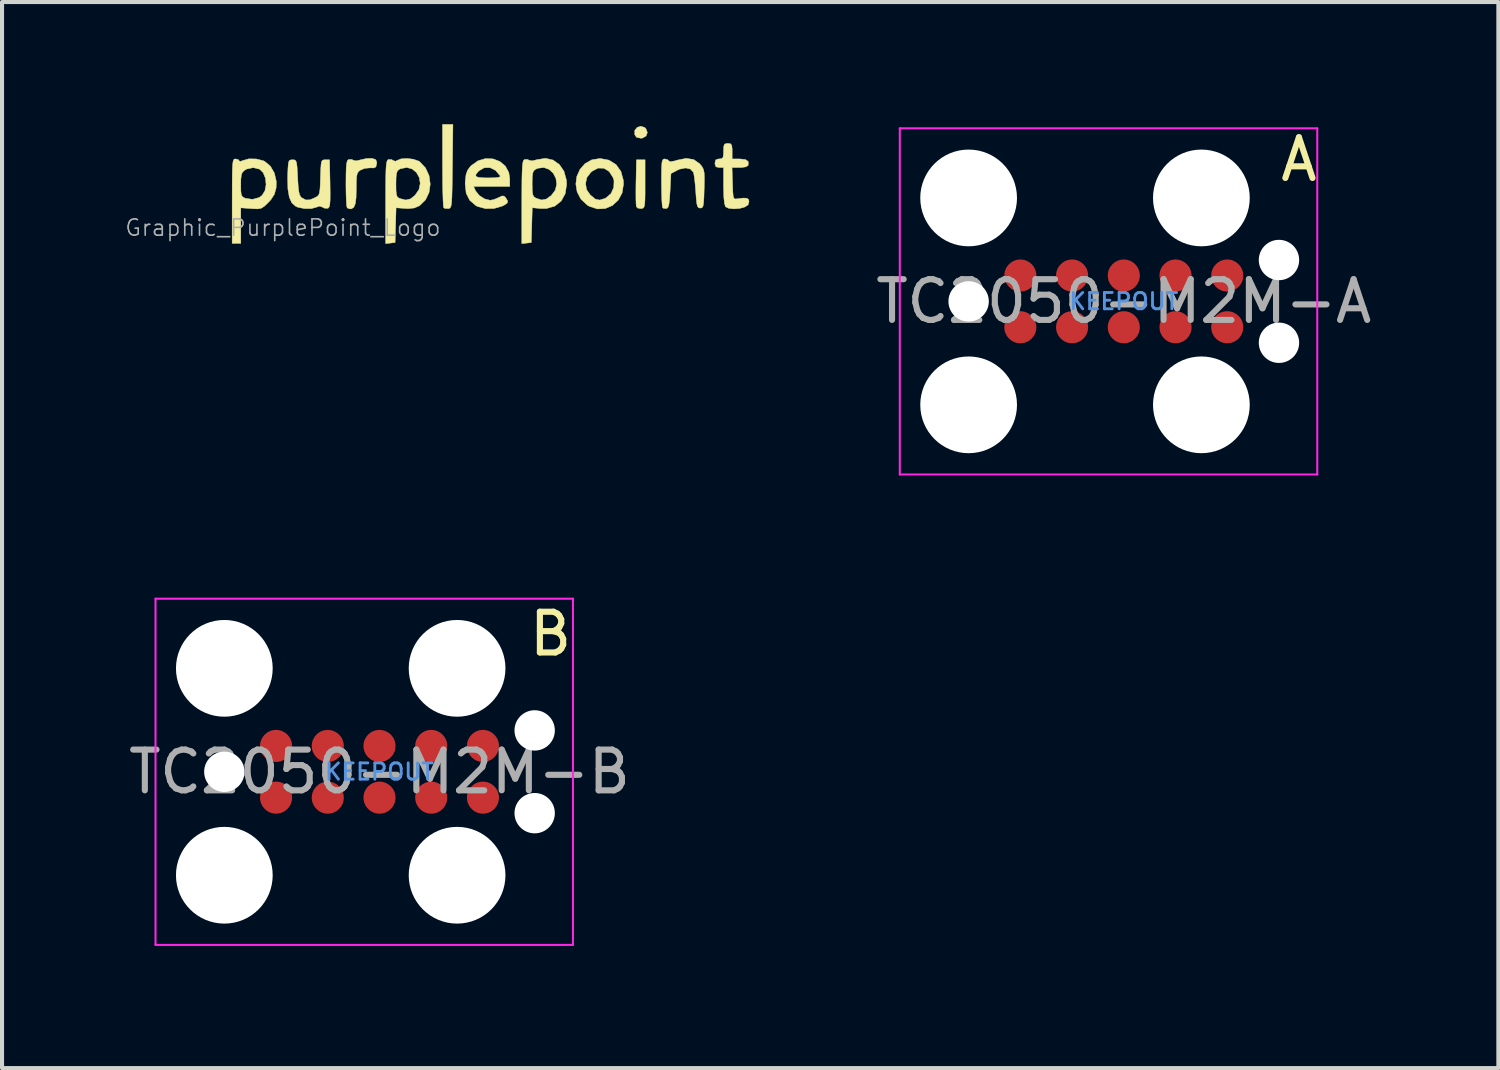
<source format=kicad_pcb>
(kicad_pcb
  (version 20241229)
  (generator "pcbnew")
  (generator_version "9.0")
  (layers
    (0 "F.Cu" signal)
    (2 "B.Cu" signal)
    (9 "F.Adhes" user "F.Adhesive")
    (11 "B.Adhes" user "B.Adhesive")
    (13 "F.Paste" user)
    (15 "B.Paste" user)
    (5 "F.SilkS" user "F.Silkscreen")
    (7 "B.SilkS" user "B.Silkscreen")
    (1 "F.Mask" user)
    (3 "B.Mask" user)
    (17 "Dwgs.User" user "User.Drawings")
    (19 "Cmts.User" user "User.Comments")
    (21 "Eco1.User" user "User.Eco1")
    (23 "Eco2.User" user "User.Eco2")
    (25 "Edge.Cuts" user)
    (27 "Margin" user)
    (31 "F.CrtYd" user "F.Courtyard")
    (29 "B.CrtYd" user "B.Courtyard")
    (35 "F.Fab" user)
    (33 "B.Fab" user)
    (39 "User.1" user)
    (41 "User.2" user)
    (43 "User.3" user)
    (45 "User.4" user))
  (footprint "TC2050-M2M-B"
    (layer "F.Cu")
    (at 6.268 15.9)
    (property "Reference" "TC2050-M2M-B" (at 0 0 0) (layer "F.Fab") (effects (font (size 1 1) (thickness 0.15))))
    (attr exclude_from_pos_files exclude_from_bom)
    (fp_line (start -5.5 -4.25) (end 4.75 -4.25) (stroke (width 0.05) (type solid)) (layer "F.CrtYd"))
    (fp_line (start -5.5 4.25) (end -5.5 -4.25) (stroke (width 0.05) (type solid)) (layer "F.CrtYd"))
    (fp_line (start 4.75 -4.25) (end 4.75 4.25) (stroke (width 0.05) (type solid)) (layer "F.CrtYd"))
    (fp_line (start 4.75 4.25) (end -5.5 4.25) (stroke (width 0.05) (type solid)) (layer "F.CrtYd"))
    (fp_text user "B" (at 4.2 -2.8 0) (unlocked yes) (layer "F.SilkS") (effects (font (size 1 1) (thickness 0.15)) (justify bottom)))
    (fp_text user "KEEPOUT" (at 0 0 0) (layer "Cmts.User") (effects (font (size 0.4 0.4) (thickness 0.07))))
    (pad "" np_thru_hole circle (at -3.81 -2.54) (size 2.375 2.375) (drill 2.375) (layers "*.Cu" "*.Mask"))
    (pad "" np_thru_hole circle (at -3.81 0) (size 0.991 0.991) (drill 0.991) (layers "*.Cu" "*.Mask"))
    (pad "" np_thru_hole circle (at -3.81 2.54) (size 2.375 2.375) (drill 2.375) (layers "*.Cu" "*.Mask"))
    (pad "" np_thru_hole circle (at 1.905 -2.54 90) (size 2.375 2.375) (drill 2.375) (layers "*.Cu" "*.Mask"))
    (pad "" np_thru_hole circle (at 1.905 2.54) (size 2.375 2.375) (drill 2.375) (layers "*.Cu" "*.Mask"))
    (pad "" np_thru_hole circle (at 3.81 -1.016) (size 0.991 0.991) (drill 0.991) (layers "*.Cu" "*.Mask"))
    (pad "" np_thru_hole circle (at 3.81 1.016) (size 0.991 0.991) (drill 0.991) (layers "*.Cu" "*.Mask"))
    (pad "1" connect circle (at -2.54 0.635) (size 0.787 0.787) (layers "F.Cu" "F.Mask"))
    (pad "2" connect circle (at -1.27 0.635) (size 0.787 0.787) (layers "F.Cu" "F.Mask"))
    (pad "3" connect circle (at 0 0.635) (size 0.787 0.787) (layers "F.Cu" "F.Mask"))
    (pad "4" connect circle (at 1.27 0.635) (size 0.787 0.787) (layers "F.Cu" "F.Mask"))
    (pad "5" connect circle (at 2.54 0.635) (size 0.787 0.787) (layers "F.Cu" "F.Mask"))
    (pad "6" connect circle (at 2.54 -0.635) (size 0.787 0.787) (layers "F.Cu" "F.Mask"))
    (pad "7" connect circle (at 1.27 -0.635) (size 0.787 0.787) (layers "F.Cu" "F.Mask"))
    (pad "8" connect circle (at 0 -0.635) (size 0.787 0.787) (layers "F.Cu" "F.Mask"))
    (pad "9" connect circle (at -1.27 -0.635) (size 0.787 0.787) (layers "F.Cu" "F.Mask"))
    (pad "10" connect circle (at -2.54 -0.635) (size 0.787 0.787) (layers "F.Cu" "F.Mask"))
    (zone (net_name "") (layer "F.Cu") (hatch full 0.508) (connect_pads) (min_thickness 0.254) (filled_areas_thickness no) (keepout (tracks allowed) (vias allowed) (pads allowed) (copperpour not_allowed) (footprints not_allowed)) (placement (enabled no)) (fill) (polygon (pts (xy 3.728 16.535) (xy 8.808 16.535) (xy 8.808 15.265) (xy 3.728 15.265))))
    (zone (net_name "") (layer "F.Cu") (hatch edge 0.508) (connect_pads) (min_thickness 0.254) (filled_areas_thickness no) (keepout (tracks allowed) (vias allowed) (pads allowed) (copperpour not_allowed) (footprints allowed)) (placement (enabled no)) (fill (island_removal_mode 2) (island_area_min 10)) (polygon (pts (xy 9.512 12.505) (xy 10.662 14.355) (xy 10.862 14.985) (xy 10.862 16.815) (xy 10.662 17.575) (xy 9.522 19.305) (xy 8.172 20.035) (xy 2.442 20.035) (xy 0.862 18.455) (xy 0.862 13.355) (xy 2.432 11.775) (xy 8.182 11.775)))))
  (footprint "TC2050-M2M-A"
    (layer "F.Cu")
    (at 24.543 4.35)
    (property "Reference" "TC2050-M2M-A" (at 0 0 0) (layer "F.Fab") (effects (font (size 1 1) (thickness 0.15))))
    (attr exclude_from_pos_files exclude_from_bom)
    (fp_line (start -5.5 -4.25) (end 4.75 -4.25) (stroke (width 0.05) (type solid)) (layer "F.CrtYd"))
    (fp_line (start -5.5 4.25) (end -5.5 -4.25) (stroke (width 0.05) (type solid)) (layer "F.CrtYd"))
    (fp_line (start 4.75 -4.25) (end 4.75 4.25) (stroke (width 0.05) (type solid)) (layer "F.CrtYd"))
    (fp_line (start 4.75 4.25) (end -5.5 4.25) (stroke (width 0.05) (type solid)) (layer "F.CrtYd"))
    (fp_text user "A" (at 4.3 -2.9 0) (unlocked yes) (layer "F.SilkS") (effects (font (size 1 1) (thickness 0.15)) (justify bottom)))
    (fp_text user "KEEPOUT" (at 0 0 0) (layer "Cmts.User") (effects (font (size 0.4 0.4) (thickness 0.07))))
    (pad "" np_thru_hole circle (at -3.81 -2.54) (size 2.375 2.375) (drill 2.375) (layers "*.Cu" "*.Mask"))
    (pad "" np_thru_hole circle (at -3.81 0) (size 0.991 0.991) (drill 0.991) (layers "*.Cu" "*.Mask"))
    (pad "" np_thru_hole circle (at -3.81 2.54) (size 2.375 2.375) (drill 2.375) (layers "*.Cu" "*.Mask"))
    (pad "" np_thru_hole circle (at 1.905 -2.54) (size 2.375 2.375) (drill 2.375) (layers "*.Cu" "*.Mask"))
    (pad "" np_thru_hole circle (at 1.905 2.54) (size 2.375 2.375) (drill 2.375) (layers "*.Cu" "*.Mask"))
    (pad "" np_thru_hole circle (at 3.81 -1.016) (size 0.991 0.991) (drill 0.991) (layers "*.Cu" "*.Mask"))
    (pad "" np_thru_hole circle (at 3.81 1.016) (size 0.991 0.991) (drill 0.991) (layers "*.Cu" "*.Mask"))
    (pad "1" connect circle (at -2.54 0.635) (size 0.787 0.787) (layers "F.Cu" "F.Mask"))
    (pad "2" connect circle (at -1.27 0.635) (size 0.787 0.787) (layers "F.Cu" "F.Mask"))
    (pad "3" connect circle (at 0 0.635) (size 0.787 0.787) (layers "F.Cu" "F.Mask"))
    (pad "4" connect circle (at 1.27 0.635) (size 0.787 0.787) (layers "F.Cu" "F.Mask"))
    (pad "5" connect circle (at 2.54 0.635) (size 0.787 0.787) (layers "F.Cu" "F.Mask"))
    (pad "6" connect circle (at 2.54 -0.635) (size 0.787 0.787) (layers "F.Cu" "F.Mask"))
    (pad "7" connect circle (at 1.27 -0.635) (size 0.787 0.787) (layers "F.Cu" "F.Mask"))
    (pad "8" connect circle (at 0 -0.635) (size 0.787 0.787) (layers "F.Cu" "F.Mask"))
    (pad "9" connect circle (at -1.27 -0.635) (size 0.787 0.787) (layers "F.Cu" "F.Mask"))
    (pad "10" connect circle (at -2.54 -0.635) (size 0.787 0.787) (layers "F.Cu" "F.Mask"))
    (zone (net_name "") (layer "F.Cu") (hatch full 0.508) (connect_pads) (min_thickness 0.254) (filled_areas_thickness no) (keepout (tracks allowed) (vias allowed) (pads allowed) (copperpour not_allowed) (footprints not_allowed)) (placement (enabled no)) (fill) (polygon (pts (xy 22.003 4.985) (xy 27.083 4.985) (xy 27.083 3.715) (xy 22.003 3.715))))
    (zone (net_name "") (layer "F.Cu") (hatch edge 0.508) (connect_pads) (min_thickness 0.254) (filled_areas_thickness no) (keepout (tracks allowed) (vias allowed) (pads allowed) (copperpour not_allowed) (footprints allowed)) (placement (enabled no)) (fill (island_removal_mode 2) (island_area_min 10)) (polygon (pts (xy 27.793 0.95) (xy 28.943 2.8) (xy 29.143 3.43) (xy 29.143 5.26) (xy 28.943 6.02) (xy 27.803 7.75) (xy 26.453 8.48) (xy 20.723 8.48) (xy 19.143 6.9) (xy 19.143 1.8) (xy 20.713 0.22) (xy 26.463 0.22)))))
  (footprint "Graphic_PurplePoint_Logo"
    (layer "F.Cu")
    (at 8.196 1.741)
    (property "Reference" "Graphic_PurplePoint_Logo" (at -4.3 0.8 0) (layer "F.Fab") (effects (font (size 0.4 0.4) (thickness 0.04))))
    (attr board_only exclude_from_pos_files exclude_from_bom)
    (fp_poly (pts (xy 4.58 -1.663) (xy 4.613 -1.632) (xy 4.649 -1.537) (xy 4.616 -1.451) (xy 4.529 -1.401) (xy 4.487 -1.397) (xy 4.382 -1.421) (xy 4.339 -1.484) (xy 4.339 -1.588) (xy 4.397 -1.662) (xy 4.486 -1.691) (xy 4.58 -1.663)) (stroke (width 0.01) (type solid)) (fill yes) (layer "F.SilkS"))
    (fp_poly (pts (xy 4.593 -0.275) (xy 4.593 -0.041) (xy 4.59 0.122) (xy 4.583 0.227) (xy 4.569 0.288) (xy 4.546 0.317) (xy 4.513 0.329) (xy 4.498 0.331) (xy 4.414 0.319) (xy 4.38 0.286) (xy 4.372 0.224) (xy 4.368 0.095) (xy 4.367 -0.083) (xy 4.369 -0.291) (xy 4.37 -0.32) (xy 4.381 -0.868) (xy 4.593 -0.868) (xy 4.593 -0.275)) (stroke (width 0.01) (type solid)) (fill yes) (layer "F.SilkS"))
    (fp_poly (pts (xy -0.137 -0.709) (xy -0.141 -0.388) (xy -0.145 -0.142) (xy -0.15 0.039) (xy -0.157 0.166) (xy -0.167 0.248) (xy -0.182 0.296) (xy -0.201 0.32) (xy -0.226 0.329) (xy -0.235 0.33) (xy -0.319 0.327) (xy -0.351 0.312) (xy -0.359 0.263) (xy -0.367 0.141) (xy -0.373 -0.041) (xy -0.378 -0.271) (xy -0.38 -0.538) (xy -0.381 -0.727) (xy -0.381 -1.736) (xy -0.125 -1.736) (xy -0.137 -0.709)) (stroke (width 0.01) (type solid)) (fill yes) (layer "F.SilkS"))
    (fp_poly (pts (xy -2.104 -0.901) (xy -2.019 -0.871) (xy -1.995 -0.808) (xy -1.998 -0.767) (xy -2.017 -0.692) (xy -2.07 -0.667) (xy -2.151 -0.67) (xy -2.288 -0.658) (xy -2.395 -0.616) (xy -2.443 -0.579) (xy -2.473 -0.531) (xy -2.49 -0.455) (xy -2.496 -0.33) (xy -2.498 -0.156) (xy -2.503 0.065) (xy -2.523 0.213) (xy -2.56 0.3) (xy -2.618 0.336) (xy -2.647 0.339) (xy -2.716 0.317) (xy -2.723 0.31) (xy -2.734 0.26) (xy -2.743 0.141) (xy -2.749 -0.029) (xy -2.752 -0.234) (xy -2.752 -0.284) (xy -2.75 -0.518) (xy -2.745 -0.681) (xy -2.734 -0.785) (xy -2.717 -0.845) (xy -2.691 -0.872) (xy -2.685 -0.875) (xy -2.605 -0.875) (xy -2.577 -0.858) (xy -2.5 -0.841) (xy -2.379 -0.87) (xy -2.243 -0.9) (xy -2.117 -0.903) (xy -2.104 -0.901)) (stroke (width 0.01) (type solid)) (fill yes) (layer "F.SilkS"))
    (fp_poly (pts (xy 3.706 -0.859) (xy 3.879 -0.751) (xy 3.999 -0.584) (xy 4.059 -0.367) (xy 4.064 -0.272) (xy 4.029 -0.054) (xy 3.933 0.124) (xy 3.79 0.255) (xy 3.616 0.329) (xy 3.424 0.339) (xy 3.228 0.277) (xy 3.171 0.243) (xy 3.015 0.096) (xy 2.924 -0.08) (xy 2.893 -0.27) (xy 2.893 -0.275) (xy 3.133 -0.275) (xy 3.157 -0.134) (xy 3.243 -0.01) (xy 3.256 0.003) (xy 3.371 0.097) (xy 3.477 0.121) (xy 3.604 0.082) (xy 3.639 0.064) (xy 3.757 -0.04) (xy 3.824 -0.19) (xy 3.83 -0.354) (xy 3.808 -0.428) (xy 3.711 -0.58) (xy 3.583 -0.66) (xy 3.44 -0.664) (xy 3.294 -0.588) (xy 3.256 -0.554) (xy 3.163 -0.43) (xy 3.133 -0.292) (xy 3.133 -0.275) (xy 2.893 -0.275) (xy 2.917 -0.459) (xy 2.994 -0.631) (xy 3.117 -0.773) (xy 3.284 -0.867) (xy 3.489 -0.9) (xy 3.706 -0.859)) (stroke (width 0.01) (type solid)) (fill yes) (layer "F.SilkS"))
    (fp_poly (pts (xy 2.334 -0.861) (xy 2.488 -0.752) (xy 2.601 -0.587) (xy 2.66 -0.375) (xy 2.667 -0.267) (xy 2.632 -0.036) (xy 2.533 0.145) (xy 2.378 0.269) (xy 2.176 0.328) (xy 2.026 0.329) (xy 1.823 0.309) (xy 1.799 1.164) (xy 1.683 1.178) (xy 1.566 1.191) (xy 1.566 0.171) (xy 1.567 -0.153) (xy 1.568 -0.28) (xy 1.82 -0.28) (xy 1.823 -0.118) (xy 1.834 -0.019) (xy 1.86 0.037) (xy 1.906 0.07) (xy 1.916 0.075) (xy 2.05 0.119) (xy 2.165 0.098) (xy 2.29 0.009) (xy 2.388 -0.122) (xy 2.423 -0.268) (xy 2.403 -0.412) (xy 2.338 -0.538) (xy 2.236 -0.632) (xy 2.107 -0.678) (xy 1.96 -0.66) (xy 1.907 -0.636) (xy 1.861 -0.601) (xy 1.835 -0.542) (xy 1.823 -0.44) (xy 1.82 -0.28) (xy 1.568 -0.28) (xy 1.569 -0.403) (xy 1.574 -0.587) (xy 1.581 -0.716) (xy 1.592 -0.8) (xy 1.606 -0.849) (xy 1.626 -0.871) (xy 1.633 -0.875) (xy 1.713 -0.875) (xy 1.741 -0.858) (xy 1.817 -0.841) (xy 1.946 -0.872) (xy 2.15 -0.904) (xy 2.334 -0.861)) (stroke (width 0.01) (type solid)) (fill yes) (layer "F.SilkS"))
    (fp_poly (pts (xy 6.69 -1.262) (xy 6.721 -1.223) (xy 6.731 -1.131) (xy 6.731 -1.079) (xy 6.731 -0.889) (xy 6.917 -0.889) (xy 7.059 -0.873) (xy 7.127 -0.823) (xy 7.125 -0.734) (xy 7.123 -0.73) (xy 7.071 -0.695) (xy 6.956 -0.678) (xy 6.916 -0.677) (xy 6.728 -0.677) (xy 6.74 -0.286) (xy 6.746 -0.103) (xy 6.755 0.011) (xy 6.771 0.072) (xy 6.799 0.094) (xy 6.843 0.092) (xy 6.858 0.09) (xy 7.007 0.072) (xy 7.092 0.076) (xy 7.132 0.105) (xy 7.146 0.151) (xy 7.123 0.237) (xy 7.048 0.289) (xy 6.92 0.326) (xy 6.774 0.337) (xy 6.645 0.323) (xy 6.57 0.288) (xy 6.544 0.215) (xy 6.527 0.062) (xy 6.52 -0.169) (xy 6.519 -0.22) (xy 6.519 -0.677) (xy 6.413 -0.677) (xy 6.333 -0.695) (xy 6.308 -0.764) (xy 6.308 -0.783) (xy 6.325 -0.864) (xy 6.394 -0.889) (xy 6.413 -0.889) (xy 6.479 -0.897) (xy 6.51 -0.936) (xy 6.519 -1.028) (xy 6.519 -1.079) (xy 6.524 -1.197) (xy 6.545 -1.253) (xy 6.597 -1.269) (xy 6.625 -1.27) (xy 6.69 -1.262)) (stroke (width 0.01) (type solid)) (fill yes) (layer "F.SilkS"))
    (fp_poly (pts (xy 0.859 -0.89) (xy 1.026 -0.827) (xy 1.161 -0.714) (xy 1.247 -0.556) (xy 1.27 -0.401) (xy 1.27 -0.212) (xy 0.383 -0.212) (xy 0.432 -0.103) (xy 0.521 0.008) (xy 0.654 0.093) (xy 0.792 0.127) (xy 0.882 0.108) (xy 0.992 0.062) (xy 0.994 0.061) (xy 1.083 0.02) (xy 1.134 0.025) (xy 1.174 0.069) (xy 1.219 0.144) (xy 1.208 0.196) (xy 1.133 0.246) (xy 1.084 0.27) (xy 0.886 0.328) (xy 0.673 0.331) (xy 0.482 0.28) (xy 0.436 0.256) (xy 0.286 0.126) (xy 0.2 -0.047) (xy 0.175 -0.272) (xy 0.178 -0.347) (xy 0.192 -0.466) (xy 0.436 -0.466) (xy 0.494 -0.437) (xy 0.624 -0.425) (xy 0.743 -0.423) (xy 0.911 -0.427) (xy 1.005 -0.438) (xy 1.037 -0.46) (xy 1.033 -0.476) (xy 0.921 -0.608) (xy 0.784 -0.675) (xy 0.641 -0.672) (xy 0.511 -0.595) (xy 0.508 -0.593) (xy 0.443 -0.516) (xy 0.436 -0.466) (xy 0.192 -0.466) (xy 0.197 -0.505) (xy 0.235 -0.613) (xy 0.304 -0.704) (xy 0.324 -0.725) (xy 0.492 -0.844) (xy 0.676 -0.898) (xy 0.859 -0.89)) (stroke (width 0.01) (type solid)) (fill yes) (layer "F.SilkS"))
    (fp_poly (pts (xy -3.142 -0.285) (xy -3.139 -0.047) (xy -3.14 0.119) (xy -3.148 0.227) (xy -3.163 0.289) (xy -3.186 0.318) (xy -3.196 0.323) (xy -3.281 0.32) (xy -3.321 0.298) (xy -3.399 0.27) (xy -3.466 0.293) (xy -3.601 0.331) (xy -3.77 0.331) (xy -3.932 0.298) (xy -3.988 0.273) (xy -4.081 0.19) (xy -4.143 0.052) (xy -4.177 -0.148) (xy -4.184 -0.419) (xy -4.182 -0.497) (xy -4.175 -0.675) (xy -4.165 -0.784) (xy -4.147 -0.842) (xy -4.116 -0.864) (xy -4.066 -0.868) (xy -4.064 -0.868) (xy -4.016 -0.865) (xy -3.985 -0.846) (xy -3.965 -0.795) (xy -3.952 -0.698) (xy -3.942 -0.54) (xy -3.937 -0.43) (xy -3.925 -0.226) (xy -3.91 -0.09) (xy -3.888 -0.004) (xy -3.857 0.047) (xy -3.834 0.067) (xy -3.736 0.118) (xy -3.635 0.115) (xy -3.513 0.063) (xy -3.457 0.032) (xy -3.421 -0.005) (xy -3.4 -0.065) (xy -3.388 -0.166) (xy -3.381 -0.325) (xy -3.378 -0.434) (xy -3.371 -0.629) (xy -3.363 -0.755) (xy -3.349 -0.826) (xy -3.325 -0.858) (xy -3.286 -0.867) (xy -3.26 -0.868) (xy -3.154 -0.868) (xy -3.142 -0.285)) (stroke (width 0.01) (type solid)) (fill yes) (layer "F.SilkS"))
    (fp_poly (pts (xy -1.099 -0.882) (xy -0.969 -0.837) (xy -0.94 -0.819) (xy -0.797 -0.667) (xy -0.711 -0.478) (xy -0.682 -0.271) (xy -0.711 -0.067) (xy -0.797 0.115) (xy -0.94 0.256) (xy -0.949 0.261) (xy -1.07 0.315) (xy -1.218 0.331) (xy -1.3 0.327) (xy -1.521 0.311) (xy -1.533 0.737) (xy -1.545 1.164) (xy -1.778 1.191) (xy -1.778 0.171) (xy -1.777 -0.153) (xy -1.776 -0.272) (xy -1.524 -0.272) (xy -1.522 -0.108) (xy -1.511 -0.009) (xy -1.488 0.046) (xy -1.445 0.076) (xy -1.429 0.083) (xy -1.284 0.12) (xy -1.166 0.092) (xy -1.055 0.003) (xy -0.959 -0.137) (xy -0.928 -0.287) (xy -0.951 -0.431) (xy -1.02 -0.555) (xy -1.125 -0.642) (xy -1.258 -0.679) (xy -1.409 -0.649) (xy -1.442 -0.634) (xy -1.485 -0.599) (xy -1.51 -0.537) (xy -1.521 -0.43) (xy -1.524 -0.272) (xy -1.776 -0.272) (xy -1.775 -0.403) (xy -1.771 -0.587) (xy -1.764 -0.716) (xy -1.753 -0.8) (xy -1.738 -0.849) (xy -1.718 -0.871) (xy -1.712 -0.875) (xy -1.629 -0.873) (xy -1.598 -0.853) (xy -1.535 -0.83) (xy -1.497 -0.851) (xy -1.397 -0.891) (xy -1.253 -0.9) (xy -1.099 -0.882)) (stroke (width 0.01) (type solid)) (fill yes) (layer "F.SilkS"))
    (fp_poly (pts (xy 5.786 -0.874) (xy 5.933 -0.771) (xy 5.949 -0.752) (xy 5.996 -0.692) (xy 6.026 -0.632) (xy 6.043 -0.554) (xy 6.049 -0.437) (xy 6.047 -0.264) (xy 6.044 -0.154) (xy 6.038 0.052) (xy 6.03 0.187) (xy 6.017 0.266) (xy 5.995 0.305) (xy 5.963 0.317) (xy 5.948 0.318) (xy 5.908 0.31) (xy 5.881 0.278) (xy 5.862 0.205) (xy 5.848 0.075) (xy 5.837 -0.085) (xy 5.822 -0.268) (xy 5.805 -0.425) (xy 5.787 -0.533) (xy 5.779 -0.561) (xy 5.705 -0.641) (xy 5.584 -0.667) (xy 5.437 -0.637) (xy 5.379 -0.61) (xy 5.228 -0.529) (xy 5.207 -0.106) (xy 5.194 0.095) (xy 5.179 0.225) (xy 5.157 0.298) (xy 5.127 0.327) (xy 5.12 0.329) (xy 5.045 0.324) (xy 5.025 0.312) (xy 5.014 0.261) (xy 5.005 0.141) (xy 4.999 -0.03) (xy 4.996 -0.237) (xy 4.995 -0.303) (xy 4.996 -0.537) (xy 4.999 -0.698) (xy 5.007 -0.801) (xy 5.021 -0.859) (xy 5.043 -0.883) (xy 5.076 -0.889) (xy 5.076 -0.889) (xy 5.151 -0.868) (xy 5.173 -0.842) (xy 5.214 -0.82) (xy 5.316 -0.839) (xy 5.378 -0.858) (xy 5.601 -0.903) (xy 5.786 -0.874)) (stroke (width 0.01) (type solid)) (fill yes) (layer "F.SilkS"))
    (fp_poly (pts (xy -4.959 -0.889) (xy -4.785 -0.846) (xy -4.745 -0.827) (xy -4.607 -0.712) (xy -4.509 -0.541) (xy -4.462 -0.339) (xy -4.466 -0.177) (xy -4.508 -0.023) (xy -4.593 0.11) (xy -4.661 0.183) (xy -4.757 0.275) (xy -4.833 0.323) (xy -4.922 0.338) (xy -5.058 0.332) (xy -5.08 0.33) (xy -5.334 0.312) (xy -5.334 1.185) (xy -5.546 1.185) (xy -5.546 0.148) (xy -5.545 -0.174) (xy -5.545 -0.255) (xy -5.334 -0.255) (xy -5.332 -0.101) (xy -5.321 -0.01) (xy -5.293 0.04) (xy -5.241 0.07) (xy -5.218 0.079) (xy -5.046 0.104) (xy -4.884 0.059) (xy -4.816 0.012) (xy -4.742 -0.104) (xy -4.713 -0.256) (xy -4.728 -0.415) (xy -4.785 -0.553) (xy -4.871 -0.637) (xy -5.027 -0.675) (xy -5.186 -0.642) (xy -5.24 -0.611) (xy -5.291 -0.565) (xy -5.319 -0.499) (xy -5.332 -0.391) (xy -5.334 -0.255) (xy -5.545 -0.255) (xy -5.544 -0.422) (xy -5.541 -0.604) (xy -5.535 -0.732) (xy -5.526 -0.814) (xy -5.513 -0.861) (xy -5.495 -0.883) (xy -5.471 -0.889) (xy -5.461 -0.889) (xy -5.392 -0.871) (xy -5.376 -0.845) (xy -5.347 -0.825) (xy -5.289 -0.848) (xy -5.141 -0.89) (xy -4.959 -0.889)) (stroke (width 0.01) (type solid)) (fill yes) (layer "F.SilkS")))
  (gr_rect
    (start -3 -3)
    (end 33.74 23.175)
    (stroke (width 0.1) (type default))
    (fill no)
    (layer "Edge.Cuts")))
</source>
